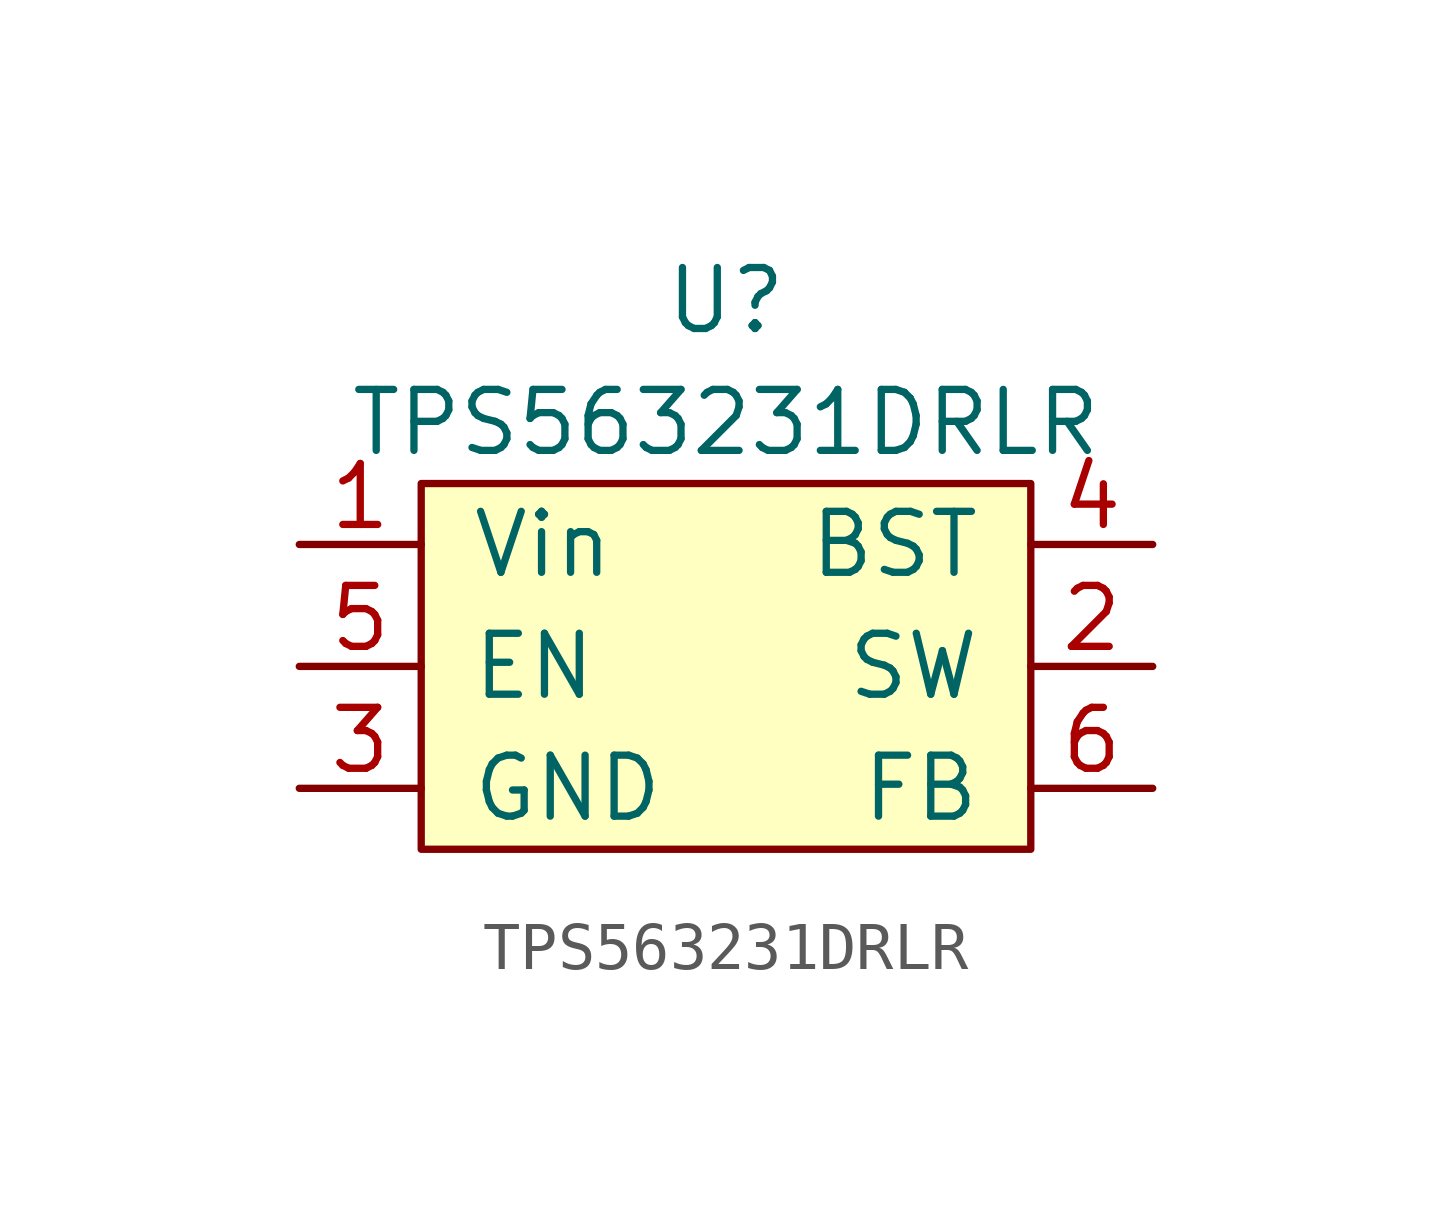
<source format=kicad_sym>
(kicad_symbol_lib
  (version 20220914)
  (generator kicad_symbol_editor)
  (symbol "TPS563231DRLR"
    (pin_names
      (offset 1.016))
    (property "Reference" "U"
      (at 0 2.54 0)
      (effects (font (size 1.27 1.27))))
    (property "Value" "TPS563231DRLR"
      (at 0 0 0)
      (effects (font (size 1.27 1.27))))
    (symbol "TPS563231DRLR_0_1"
      (rectangle (start -6.35 -1.27) (end 6.35 -8.89) (stroke (width 0) (type solid)) (fill (type background))))
    (symbol "TPS563231DRLR_1_1"
      (pin power_in line (at -8.89 -2.54 0) (length 2.54) (name "Vin" (effects (font (size 1.27 1.27)))) (number "1" (effects (font (size 1.27 1.27)))))
      (pin output line (at 8.89 -5.08 180) (length 2.54) (name "SW" (effects (font (size 1.27 1.27)))) (number "2" (effects (font (size 1.27 1.27)))))
      (pin power_in line (at -8.89 -7.62 0) (length 2.54) (name "GND" (effects (font (size 1.27 1.27)))) (number "3" (effects (font (size 1.27 1.27)))))
      (pin output line (at 8.89 -2.54 180) (length 2.54) (name "BST" (effects (font (size 1.27 1.27)))) (number "4" (effects (font (size 1.27 1.27)))))
      (pin input line (at -8.89 -5.08 0) (length 2.54) (name "EN" (effects (font (size 1.27 1.27)))) (number "5" (effects (font (size 1.27 1.27)))))
      (pin input line (at 8.89 -7.62 180) (length 2.54) (name "FB" (effects (font (size 1.27 1.27)))) (number "6" (effects (font (size 1.27 1.27))))))))
</source>
